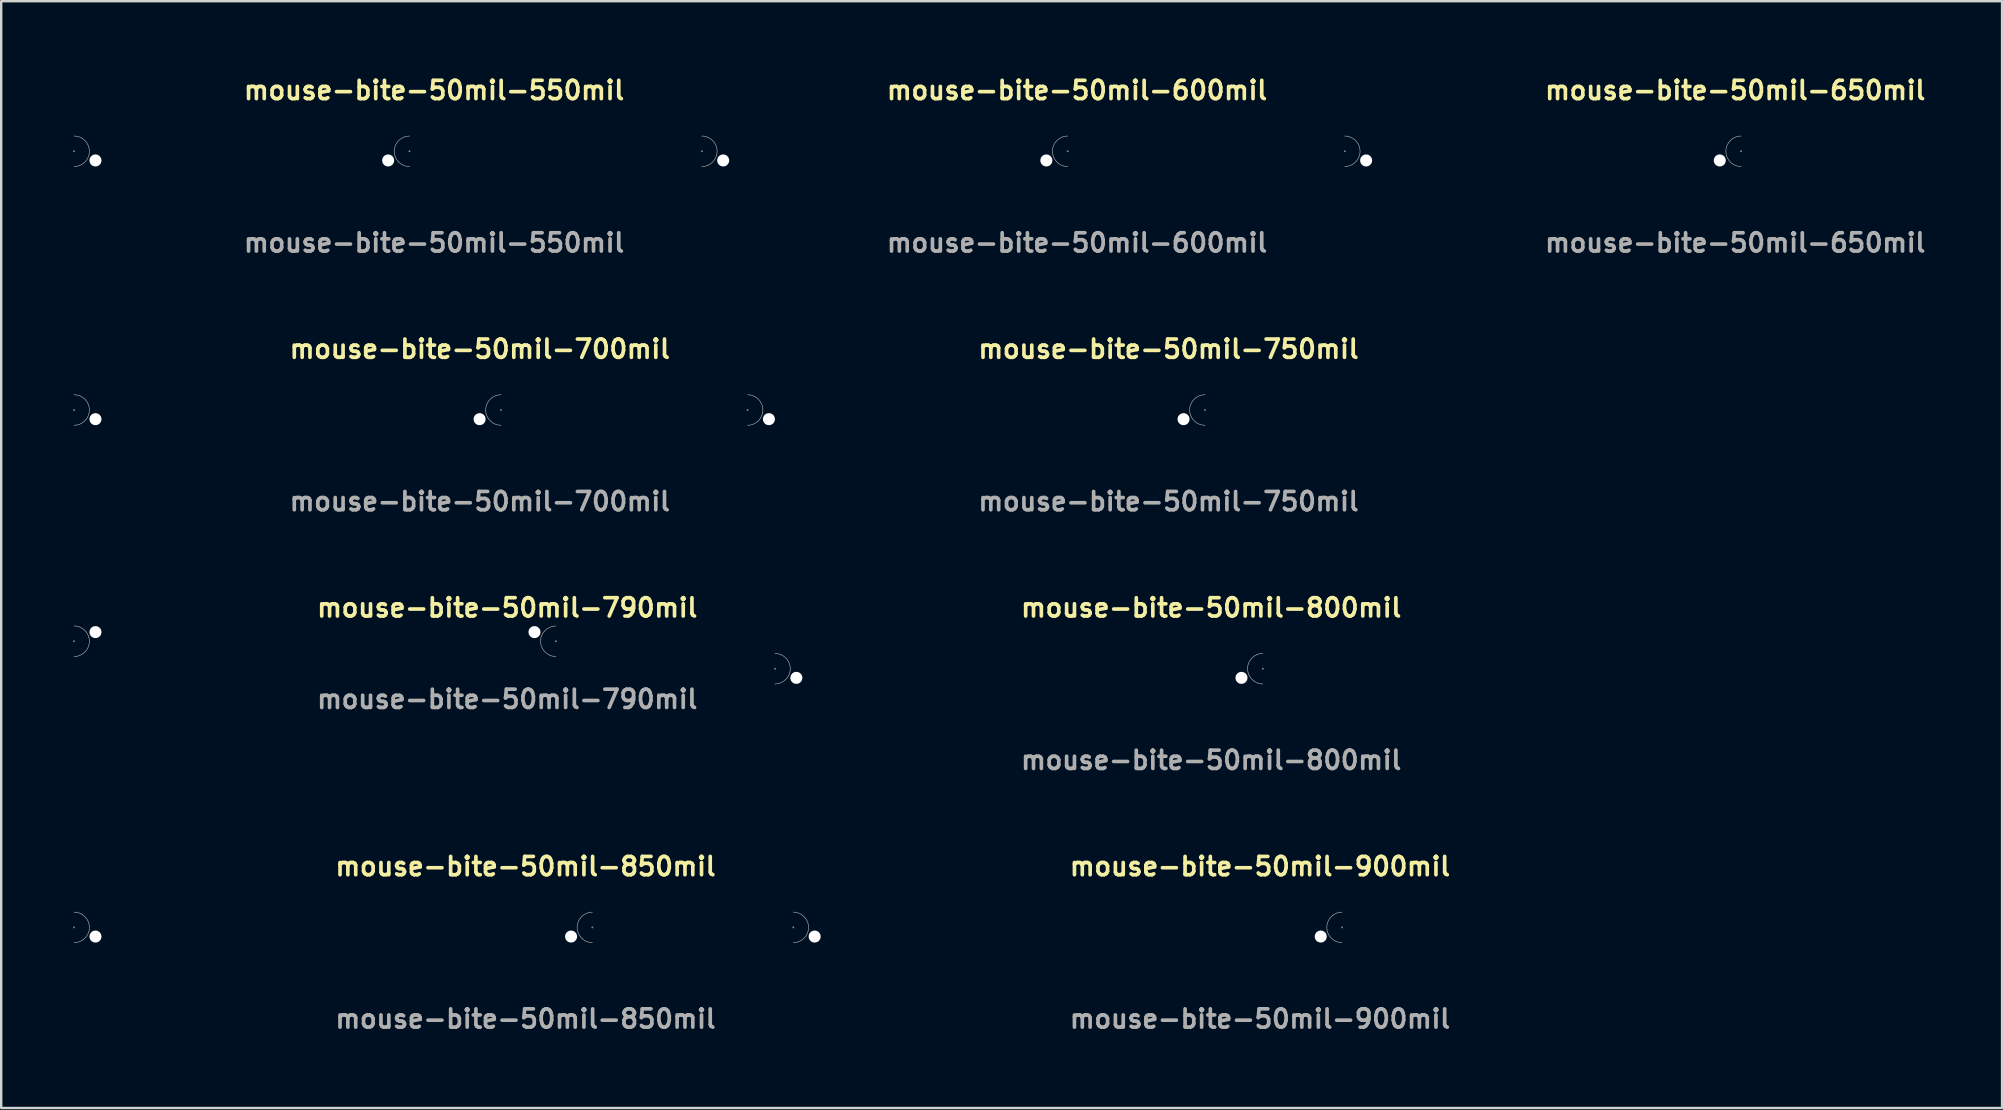
<source format=kicad_pcb>
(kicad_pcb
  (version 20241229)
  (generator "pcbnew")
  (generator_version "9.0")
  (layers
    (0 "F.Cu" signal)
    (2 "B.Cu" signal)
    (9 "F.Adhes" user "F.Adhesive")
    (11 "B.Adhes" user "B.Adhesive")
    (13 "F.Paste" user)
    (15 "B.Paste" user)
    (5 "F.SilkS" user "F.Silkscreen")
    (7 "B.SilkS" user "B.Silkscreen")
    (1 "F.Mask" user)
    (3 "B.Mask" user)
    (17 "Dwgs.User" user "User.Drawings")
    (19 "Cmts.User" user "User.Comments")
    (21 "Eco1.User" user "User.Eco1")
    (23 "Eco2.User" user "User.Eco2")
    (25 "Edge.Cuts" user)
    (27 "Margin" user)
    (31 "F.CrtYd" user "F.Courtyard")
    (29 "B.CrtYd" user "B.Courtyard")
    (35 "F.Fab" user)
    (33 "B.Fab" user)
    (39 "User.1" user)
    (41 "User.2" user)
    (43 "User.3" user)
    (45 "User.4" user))
  (footprint "mouse-bite-50mil-650mil"
    (layer "F.Cu")
    (at 61.225 3.253)
    (property "Reference" "mouse-bite-50mil-650mil" (at 0 -2.54 0) (unlocked yes) (layer "F.SilkS") (effects (font (size 0.762 0.762) (thickness 0.152) (bold yes)) (justify left)))
    (attr through_hole)
    (fp_arc (start -8.255 -0.635) (mid -7.62 0) (end -8.255 0.635) (stroke (width 0.0254) (type default)) (layer "F.Fab"))
    (fp_arc (start 8.255 0.635) (mid 7.62 0) (end 8.255 -0.635) (stroke (width 0.0254) (type default)) (layer "F.Fab"))
    (fp_circle (center -8.255 0) (end -8.23 0) (stroke (width 0.025) (type default)) (fill no) (layer "F.Fab"))
    (fp_circle (center 8.255 0) (end 8.28 0) (stroke (width 0.025) (type default)) (fill no) (layer "F.Fab"))
    (fp_text user "${REFERENCE}" (at 0 3.81 0) (unlocked yes) (layer "F.Fab") (effects (font (size 0.762 0.762) (thickness 0.152) (bold yes)) (justify left)))
    (pad "" np_thru_hole circle (at -7.366 0.381) (size 0.5 0.5) (drill 0.5) (layers "*.Cu" "*.Mask"))
    (pad "" np_thru_hole circle (at 7.366 0.381) (size 0.5 0.5) (drill 0.5) (layers "*.Cu" "*.Mask")))
  (footprint "mouse-bite-50mil-600mil"
    (layer "F.Cu")
    (at 33.807 3.253)
    (property "Reference" "mouse-bite-50mil-600mil" (at 0 -2.54 0) (unlocked yes) (layer "F.SilkS") (effects (font (size 0.762 0.762) (thickness 0.152) (bold yes)) (justify left)))
    (attr through_hole)
    (fp_arc (start -7.62 -0.635) (mid -6.985 0) (end -7.62 0.635) (stroke (width 0.0254) (type default)) (layer "F.Fab"))
    (fp_arc (start 7.62 0.635) (mid 6.985 0) (end 7.62 -0.635) (stroke (width 0.0254) (type default)) (layer "F.Fab"))
    (fp_circle (center -7.62 0) (end -7.595 0) (stroke (width 0.025) (type default)) (fill no) (layer "F.Fab"))
    (fp_circle (center 7.62 0) (end 7.645 0) (stroke (width 0.025) (type default)) (fill no) (layer "F.Fab"))
    (fp_text user "${REFERENCE}" (at 0 3.81 0) (unlocked yes) (layer "F.Fab") (effects (font (size 0.762 0.762) (thickness 0.152) (bold yes)) (justify left)))
    (pad "" np_thru_hole circle (at -6.731 0.381) (size 0.5 0.5) (drill 0.5) (layers "*.Cu" "*.Mask"))
    (pad "" np_thru_hole circle (at 6.731 0.381) (size 0.5 0.5) (drill 0.5) (layers "*.Cu" "*.Mask")))
  (footprint "mouse-bite-50mil-790mil"
    (layer "F.Cu")
    (at 10.071 23.536)
    (property "Reference" "mouse-bite-50mil-790mil" (at 0 -1.27 0) (unlocked yes) (layer "F.SilkS") (effects (font (size 0.762 0.762) (thickness 0.152) (bold yes)) (justify left)))
    (attr through_hole)
    (fp_arc (start -10.033 -0.508) (mid -9.398 0.127) (end -10.033 0.762) (stroke (width 0.0254) (type default)) (layer "F.Fab"))
    (fp_arc (start 10.033 0.762) (mid 9.398 0.127) (end 10.033 -0.508) (stroke (width 0.0254) (type default)) (layer "F.Fab"))
    (fp_circle (center -10.033 0.127) (end -10.008 0.127) (stroke (width 0.025) (type default)) (fill no) (layer "F.Fab"))
    (fp_circle (center 10.033 0.127) (end 10.008 0.127) (stroke (width 0.025) (type default)) (fill no) (layer "F.Fab"))
    (fp_text user "${REFERENCE}" (at 0 2.54 0) (unlocked yes) (layer "F.Fab") (effects (font (size 0.762 0.762) (thickness 0.152) (bold yes)) (justify left)))
    (pad "" np_thru_hole circle (at -9.144 -0.254) (size 0.5 0.5) (drill 0.5) (layers "*.Cu" "*.Mask"))
    (pad "" np_thru_hole circle (at 9.144 -0.254) (size 0.5 0.5) (drill 0.5) (layers "*.Cu" "*.Mask")))
  (footprint "mouse-bite-50mil-750mil"
    (layer "F.Cu")
    (at 37.617 14.03)
    (property "Reference" "mouse-bite-50mil-750mil" (at 0 -2.54 0) (unlocked yes) (layer "F.SilkS") (effects (font (size 0.762 0.762) (thickness 0.152) (bold yes)) (justify left)))
    (attr through_hole)
    (fp_arc (start -9.525 -0.635) (mid -8.89 0) (end -9.525 0.635) (stroke (width 0.0254) (type default)) (layer "F.Fab"))
    (fp_arc (start 9.525 0.635) (mid 8.89 0) (end 9.525 -0.635) (stroke (width 0.0254) (type default)) (layer "F.Fab"))
    (fp_circle (center -9.525 0) (end -9.5 0) (stroke (width 0.025) (type default)) (fill no) (layer "F.Fab"))
    (fp_circle (center 9.525 0) (end 9.55 0) (stroke (width 0.025) (type default)) (fill no) (layer "F.Fab"))
    (fp_text user "${REFERENCE}" (at 0 3.81 0) (unlocked yes) (layer "F.Fab") (effects (font (size 0.762 0.762) (thickness 0.152) (bold yes)) (justify left)))
    (pad "" np_thru_hole circle (at -8.636 0.381) (size 0.5 0.5) (drill 0.5) (layers "*.Cu" "*.Mask"))
    (pad "" np_thru_hole circle (at 8.636 0.381) (size 0.5 0.5) (drill 0.5) (layers "*.Cu" "*.Mask")))
  (footprint "mouse-bite-50mil-550mil"
    (layer "F.Cu")
    (at 7.023 3.253)
    (property "Reference" "mouse-bite-50mil-550mil" (at 0 -2.54 0) (unlocked yes) (layer "F.SilkS") (effects (font (size 0.762 0.762) (thickness 0.152) (bold yes)) (justify left)))
    (attr through_hole)
    (fp_arc (start -6.985 -0.635) (mid -6.35 0) (end -6.985 0.635) (stroke (width 0.0254) (type default)) (layer "F.Fab"))
    (fp_arc (start 6.985 0.635) (mid 6.35 0) (end 6.985 -0.635) (stroke (width 0.0254) (type default)) (layer "F.Fab"))
    (fp_circle (center -6.985 0) (end -6.96 0) (stroke (width 0.025) (type default)) (fill no) (layer "F.Fab"))
    (fp_circle (center 6.985 0) (end 7.01 0) (stroke (width 0.025) (type default)) (fill no) (layer "F.Fab"))
    (fp_text user "${REFERENCE}" (at 0 3.81 0) (unlocked yes) (layer "F.Fab") (effects (font (size 0.762 0.762) (thickness 0.152) (bold yes)) (justify left)))
    (pad "" np_thru_hole circle (at -6.096 0.381) (size 0.5 0.5) (drill 0.5) (layers "*.Cu" "*.Mask"))
    (pad "" np_thru_hole circle (at 6.096 0.381) (size 0.5 0.5) (drill 0.5) (layers "*.Cu" "*.Mask")))
  (footprint "mouse-bite-50mil-800mil"
    (layer "F.Cu")
    (at 39.395 24.806)
    (property "Reference" "mouse-bite-50mil-800mil" (at 0 -2.54 0) (unlocked yes) (layer "F.SilkS") (effects (font (size 0.762 0.762) (thickness 0.152) (bold yes)) (justify left)))
    (attr through_hole)
    (fp_arc (start -10.16 -0.635) (mid -9.525 0) (end -10.16 0.635) (stroke (width 0.0254) (type default)) (layer "F.Fab"))
    (fp_arc (start 10.16 0.635) (mid 9.525 0) (end 10.16 -0.635) (stroke (width 0.0254) (type default)) (layer "F.Fab"))
    (fp_circle (center -10.16 0) (end -10.135 0) (stroke (width 0.025) (type default)) (fill no) (layer "F.Fab"))
    (fp_circle (center 10.16 0) (end 10.185 0) (stroke (width 0.025) (type default)) (fill no) (layer "F.Fab"))
    (fp_text user "${REFERENCE}" (at 0 3.81 0) (unlocked yes) (layer "F.Fab") (effects (font (size 0.762 0.762) (thickness 0.152) (bold yes)) (justify left)))
    (pad "" np_thru_hole circle (at -9.271 0.381) (size 0.5 0.5) (drill 0.5) (layers "*.Cu" "*.Mask"))
    (pad "" np_thru_hole circle (at 9.271 0.381) (size 0.5 0.5) (drill 0.5) (layers "*.Cu" "*.Mask")))
  (footprint "mouse-bite-50mil-700mil"
    (layer "F.Cu")
    (at 8.928 14.03)
    (property "Reference" "mouse-bite-50mil-700mil" (at 0 -2.54 0) (unlocked yes) (layer "F.SilkS") (effects (font (size 0.762 0.762) (thickness 0.152) (bold yes)) (justify left)))
    (attr through_hole)
    (fp_arc (start -8.89 -0.635) (mid -8.255 0) (end -8.89 0.635) (stroke (width 0.0254) (type default)) (layer "F.Fab"))
    (fp_arc (start 8.89 0.635) (mid 8.255 0) (end 8.89 -0.635) (stroke (width 0.0254) (type default)) (layer "F.Fab"))
    (fp_circle (center -8.89 0) (end -8.865 0) (stroke (width 0.025) (type default)) (fill no) (layer "F.Fab"))
    (fp_circle (center 8.89 0) (end 8.915 0) (stroke (width 0.025) (type default)) (fill no) (layer "F.Fab"))
    (fp_text user "${REFERENCE}" (at 0 3.81 0) (unlocked yes) (layer "F.Fab") (effects (font (size 0.762 0.762) (thickness 0.152) (bold yes)) (justify left)))
    (pad "" np_thru_hole circle (at -8.001 0.381) (size 0.5 0.5) (drill 0.5) (layers "*.Cu" "*.Mask"))
    (pad "" np_thru_hole circle (at 8.001 0.381) (size 0.5 0.5) (drill 0.5) (layers "*.Cu" "*.Mask")))
  (footprint "mouse-bite-50mil-850mil"
    (layer "F.Cu")
    (at 10.833 35.583)
    (property "Reference" "mouse-bite-50mil-850mil" (at 0 -2.54 0) (unlocked yes) (layer "F.SilkS") (effects (font (size 0.762 0.762) (thickness 0.152) (bold yes)) (justify left)))
    (attr through_hole)
    (fp_arc (start -10.795 -0.635) (mid -10.16 0) (end -10.795 0.635) (stroke (width 0.0254) (type default)) (layer "F.Fab"))
    (fp_arc (start 10.795 0.635) (mid 10.16 0) (end 10.795 -0.635) (stroke (width 0.0254) (type default)) (layer "F.Fab"))
    (fp_circle (center -10.795 0) (end -10.77 0) (stroke (width 0.025) (type default)) (fill no) (layer "F.Fab"))
    (fp_circle (center 10.795 0) (end 10.82 0) (stroke (width 0.025) (type default)) (fill no) (layer "F.Fab"))
    (fp_text user "${REFERENCE}" (at 0 3.81 0) (unlocked yes) (layer "F.Fab") (effects (font (size 0.762 0.762) (thickness 0.152) (bold yes)) (justify left)))
    (pad "" np_thru_hole circle (at -9.906 0.381) (size 0.5 0.5) (drill 0.5) (layers "*.Cu" "*.Mask"))
    (pad "" np_thru_hole circle (at 9.906 0.381) (size 0.5 0.5) (drill 0.5) (layers "*.Cu" "*.Mask")))
  (footprint "mouse-bite-50mil-900mil"
    (layer "F.Cu")
    (at 41.427 35.583)
    (property "Reference" "mouse-bite-50mil-900mil" (at 0 -2.54 0) (unlocked yes) (layer "F.SilkS") (effects (font (size 0.762 0.762) (thickness 0.152) (bold yes)) (justify left)))
    (attr through_hole)
    (fp_arc (start -11.43 -0.635) (mid -10.795 0) (end -11.43 0.635) (stroke (width 0.0254) (type default)) (layer "F.Fab"))
    (fp_arc (start 11.43 0.635) (mid 10.795 0) (end 11.43 -0.635) (stroke (width 0.0254) (type default)) (layer "F.Fab"))
    (fp_circle (center -11.43 0) (end -11.405 0) (stroke (width 0.025) (type default)) (fill no) (layer "F.Fab"))
    (fp_circle (center 11.43 0) (end 11.455 0) (stroke (width 0.025) (type default)) (fill no) (layer "F.Fab"))
    (fp_text user "${REFERENCE}" (at 0 3.81 0) (unlocked yes) (layer "F.Fab") (effects (font (size 0.762 0.762) (thickness 0.152) (bold yes)) (justify left)))
    (pad "" np_thru_hole circle (at -10.541 0.381) (size 0.5 0.5) (drill 0.5) (layers "*.Cu" "*.Mask"))
    (pad "" np_thru_hole circle (at 10.541 0.381) (size 0.5 0.5) (drill 0.5) (layers "*.Cu" "*.Mask")))
  (gr_rect
    (start -3 -3)
    (end 80.35 43.106)
    (stroke (width 0.1) (type default))
    (fill no)
    (layer "Edge.Cuts")))
</source>
